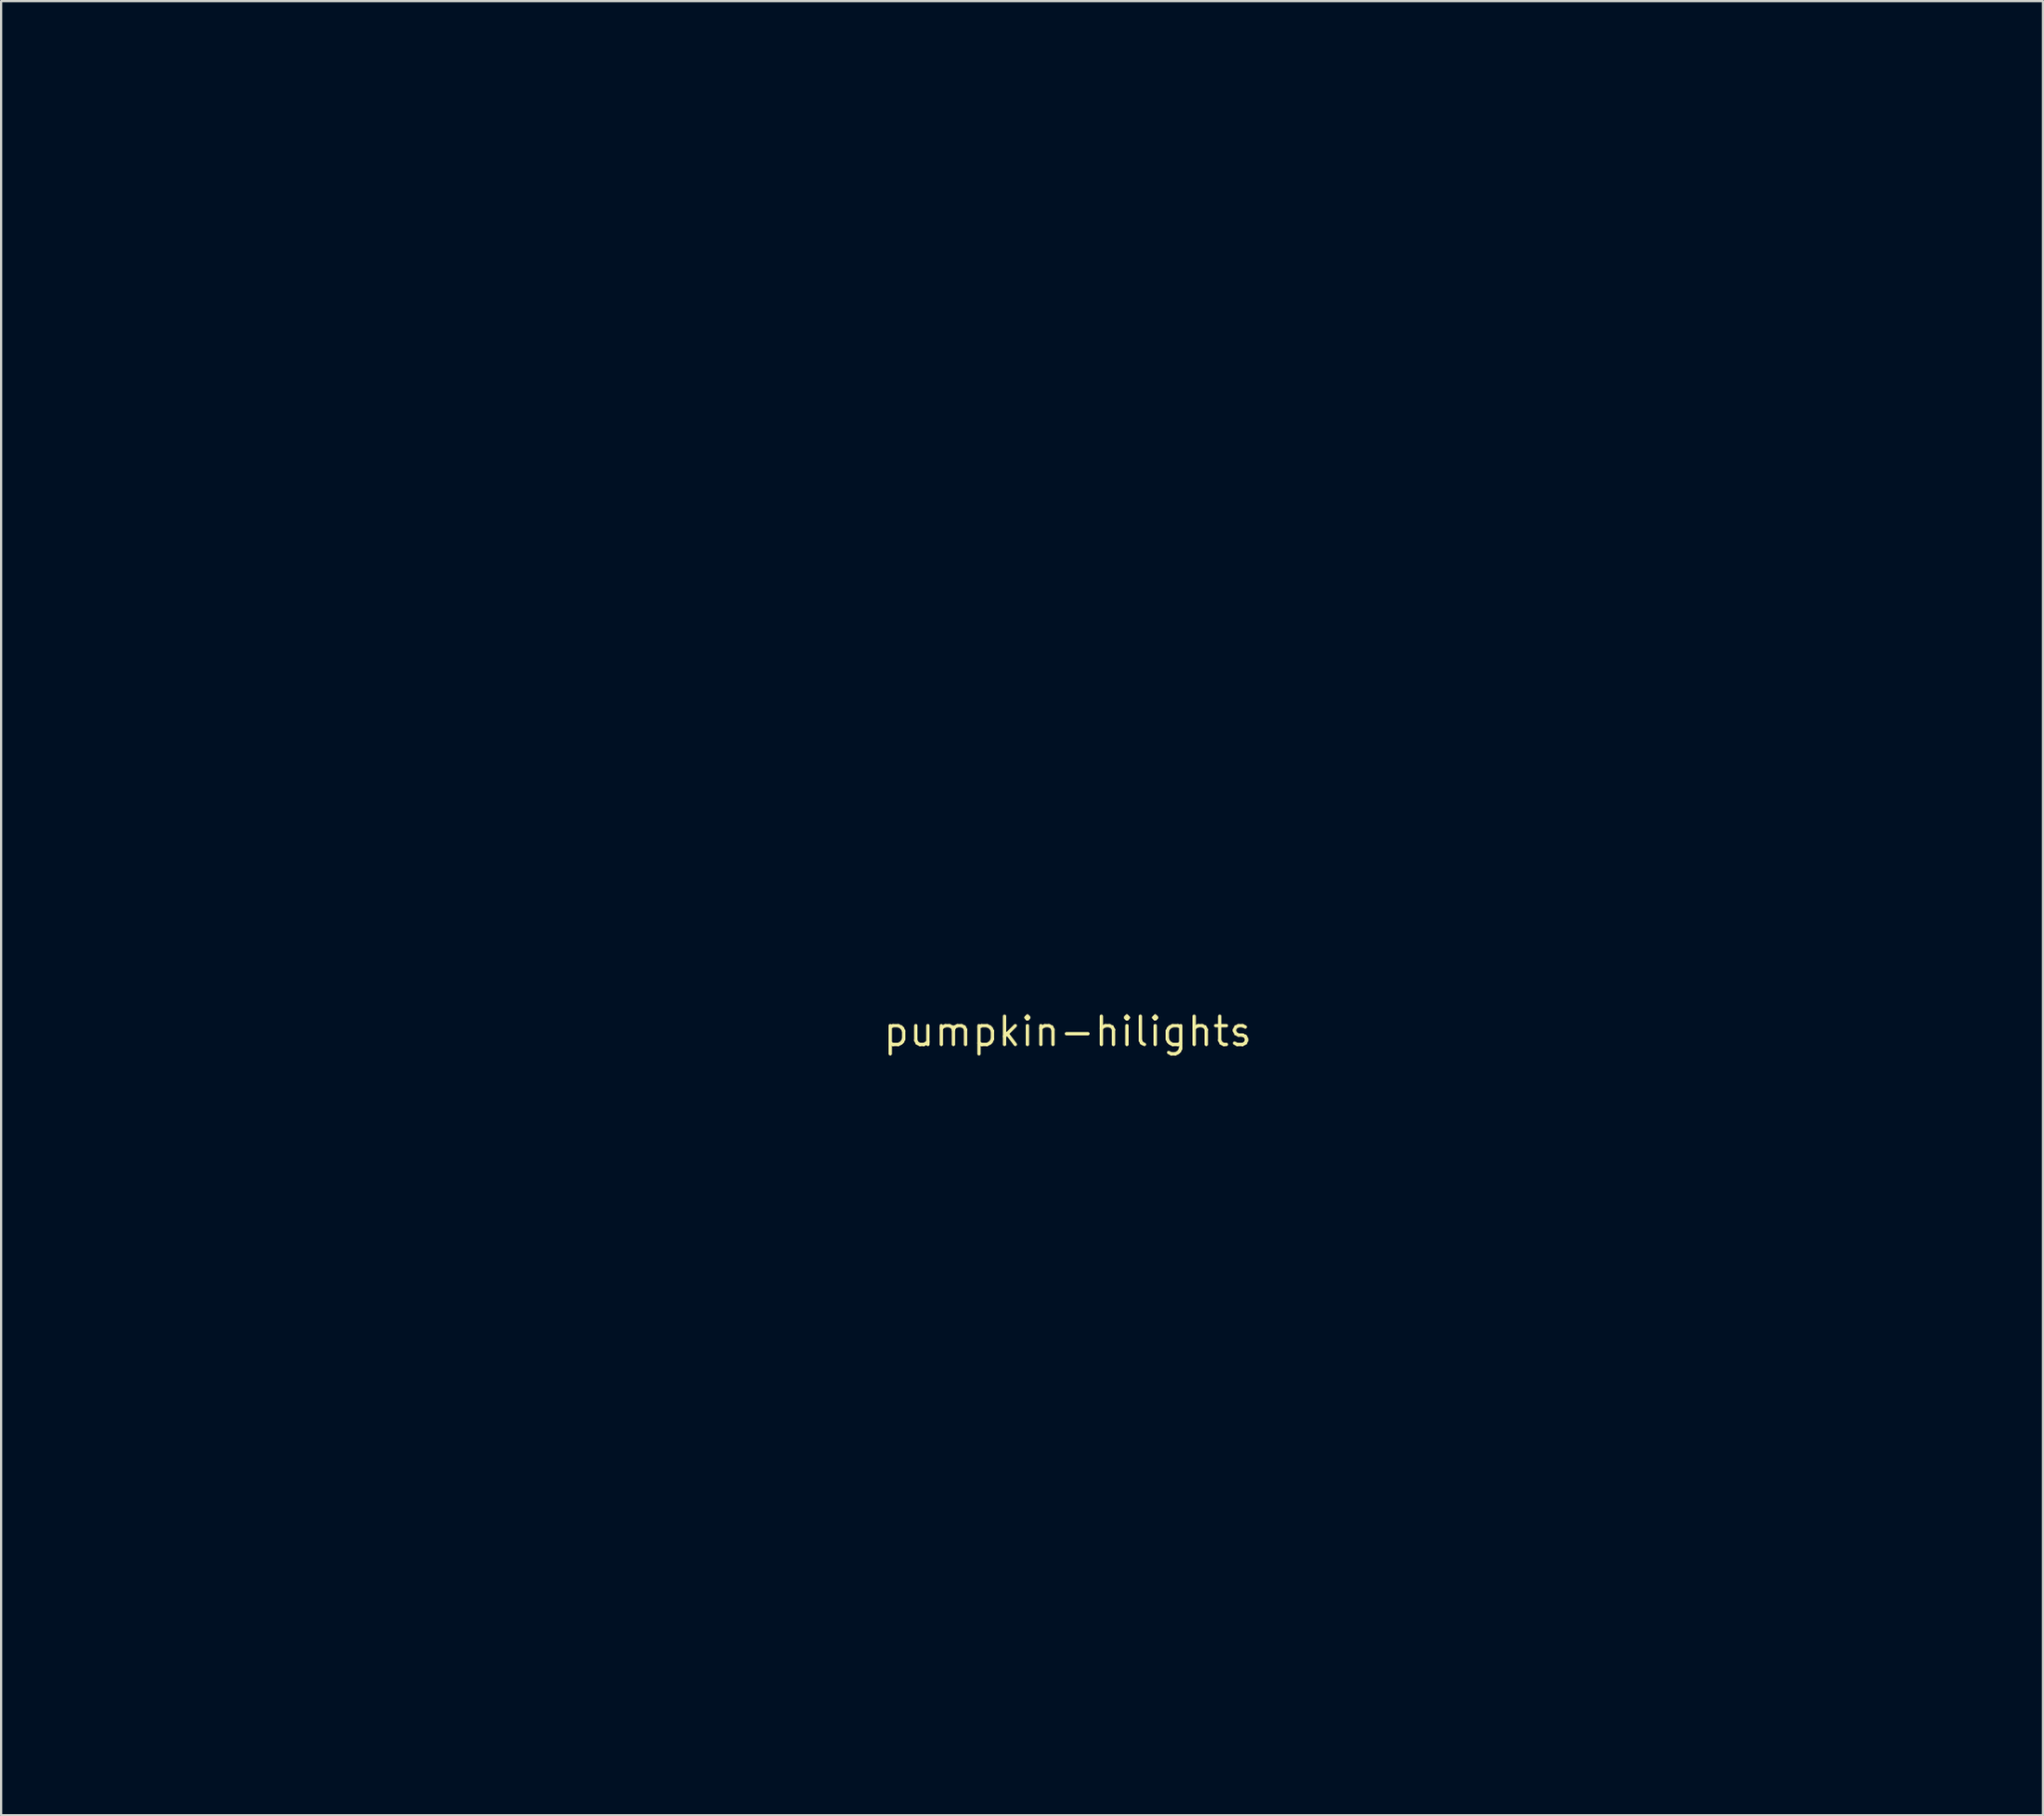
<source format=kicad_pcb>
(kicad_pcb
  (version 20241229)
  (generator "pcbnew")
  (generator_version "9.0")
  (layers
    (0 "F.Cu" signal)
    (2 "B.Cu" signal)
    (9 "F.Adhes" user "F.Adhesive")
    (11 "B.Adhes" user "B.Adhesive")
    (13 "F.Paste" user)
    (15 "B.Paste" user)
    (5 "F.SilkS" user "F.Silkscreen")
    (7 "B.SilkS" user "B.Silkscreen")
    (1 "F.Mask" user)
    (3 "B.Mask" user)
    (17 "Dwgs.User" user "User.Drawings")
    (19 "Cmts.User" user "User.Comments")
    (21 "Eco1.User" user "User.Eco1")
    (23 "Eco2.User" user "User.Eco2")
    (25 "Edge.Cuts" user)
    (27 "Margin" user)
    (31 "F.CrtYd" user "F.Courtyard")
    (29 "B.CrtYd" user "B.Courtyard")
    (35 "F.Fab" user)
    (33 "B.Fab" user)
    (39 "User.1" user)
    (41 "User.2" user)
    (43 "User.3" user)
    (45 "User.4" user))
  (footprint "pumpkin-hilights"
    (layer "F.Cu")
    (at 44.969 43.367)
    (property "Reference" "pumpkin-hilights" (at 0 0 0) (layer "F.SilkS") (effects (font (size 1.27 1.27) (thickness 0.15))))
    (attr through_hole)
    (fp_poly (pts (xy -5.715 -22.968) (xy -5.721 -22.962) (xy -5.728 -22.968) (xy -5.721 -22.974) (xy -5.715 -22.968)) (stroke (width 0.01) (type solid)) (fill yes) (layer "F.Mask"))
    (fp_poly (pts (xy -5.731 -22.944) (xy -5.733 -22.931) (xy -5.739 -22.896) (xy -5.749 -22.841) (xy -5.763 -22.768) (xy -5.78 -22.682) (xy -5.8 -22.583) (xy -5.821 -22.475) (xy -5.834 -22.414) (xy -6.201 -20.566) (xy -6.548 -18.704) (xy -6.874 -16.828) (xy -7.181 -14.939) (xy -7.467 -13.038) (xy -7.733 -11.126) (xy -7.978 -9.205) (xy -8.203 -7.275) (xy -8.406 -5.337) (xy -8.589 -3.392) (xy -8.751 -1.441) (xy -8.891 0.515) (xy -9.011 2.474) (xy -9.109 4.436) (xy -9.185 6.4) (xy -9.226 7.779) (xy -9.233 8.027) (xy -9.238 8.26) (xy -9.244 8.481) (xy -9.248 8.692) (xy -9.253 8.894) (xy -9.257 9.091) (xy -9.26 9.283) (xy -9.263 9.474) (xy -9.266 9.664) (xy -9.268 9.857) (xy -9.27 10.054) (xy -9.272 10.258) (xy -9.273 10.47) (xy -9.274 10.692) (xy -9.275 10.927) (xy -9.276 11.177) (xy -9.277 11.444) (xy -9.277 11.73) (xy -9.277 12.036) (xy -9.277 12.366) (xy -9.277 12.408) (xy -9.277 12.776) (xy -9.277 13.121) (xy -9.276 13.446) (xy -9.275 13.751) (xy -9.274 14.039) (xy -9.273 14.313) (xy -9.271 14.575) (xy -9.269 14.827) (xy -9.266 15.07) (xy -9.263 15.308) (xy -9.26 15.542) (xy -9.256 15.774) (xy -9.251 16.007) (xy -9.246 16.243) (xy -9.241 16.484) (xy -9.235 16.733) (xy -9.228 16.99) (xy -9.22 17.259) (xy -9.212 17.542) (xy -9.207 17.704) (xy -9.14 19.608) (xy -9.053 21.496) (xy -8.946 23.37) (xy -8.819 25.229) (xy -8.672 27.075) (xy -8.505 28.907) (xy -8.318 30.727) (xy -8.243 31.407) (xy -8.23 31.522) (xy -8.218 31.63) (xy -8.207 31.726) (xy -8.198 31.81) (xy -8.191 31.878) (xy -8.186 31.927) (xy -8.184 31.956) (xy -8.184 31.962) (xy -8.19 31.953) (xy -8.203 31.927) (xy -8.219 31.888) (xy -8.22 31.887) (xy -8.496 31.204) (xy -8.76 30.542) (xy -9.012 29.898) (xy -9.252 29.27) (xy -9.482 28.658) (xy -9.701 28.06) (xy -9.91 27.474) (xy -10.111 26.897) (xy -10.303 26.33) (xy -10.487 25.769) (xy -10.663 25.214) (xy -10.833 24.663) (xy -10.871 24.537) (xy -11.181 23.472) (xy -11.466 22.411) (xy -11.729 21.355) (xy -11.967 20.301) (xy -12.183 19.248) (xy -12.375 18.197) (xy -12.545 17.144) (xy -12.691 16.091) (xy -12.815 15.034) (xy -12.916 13.974) (xy -12.994 12.909) (xy -13.05 11.839) (xy -13.083 10.762) (xy -13.094 9.676) (xy -13.083 8.582) (xy -13.05 7.478) (xy -12.995 6.363) (xy -12.918 5.236) (xy -12.916 5.207) (xy -12.827 4.188) (xy -12.721 3.155) (xy -12.595 2.108) (xy -12.451 1.047) (xy -12.288 -0.028) (xy -12.107 -1.117) (xy -11.907 -2.22) (xy -11.688 -3.338) (xy -11.45 -4.471) (xy -11.193 -5.618) (xy -10.917 -6.78) (xy -10.623 -7.957) (xy -10.309 -9.149) (xy -9.977 -10.357) (xy -9.625 -11.579) (xy -9.255 -12.817) (xy -8.865 -14.071) (xy -8.456 -15.341) (xy -8.028 -16.626) (xy -7.581 -17.928) (xy -7.115 -19.245) (xy -6.629 -20.579) (xy -6.124 -21.929) (xy -6.109 -21.971) (xy -6.042 -22.147) (xy -5.984 -22.3) (xy -5.934 -22.432) (xy -5.891 -22.546) (xy -5.854 -22.641) (xy -5.824 -22.72) (xy -5.799 -22.785) (xy -5.779 -22.836) (xy -5.764 -22.875) (xy -5.752 -22.903) (xy -5.744 -22.923) (xy -5.738 -22.936) (xy -5.735 -22.942) (xy -5.732 -22.944) (xy -5.731 -22.944)) (stroke (width 0.01) (type solid)) (fill yes) (layer "F.Mask"))
    (fp_poly (pts (xy -24.413 -25.738) (xy -24.421 -25.73) (xy -24.448 -25.714) (xy -24.489 -25.69) (xy -24.533 -25.666) (xy -24.66 -25.596) (xy -24.806 -25.514) (xy -24.964 -25.423) (xy -25.132 -25.326) (xy -25.305 -25.223) (xy -25.479 -25.118) (xy -25.65 -25.014) (xy -25.815 -24.912) (xy -25.969 -24.815) (xy -25.984 -24.805) (xy -26.674 -24.351) (xy -27.35 -23.875) (xy -28.013 -23.378) (xy -28.662 -22.859) (xy -29.297 -22.319) (xy -29.919 -21.758) (xy -30.526 -21.177) (xy -31.12 -20.575) (xy -31.698 -19.952) (xy -32.262 -19.31) (xy -32.811 -18.647) (xy -33.346 -17.965) (xy -33.865 -17.263) (xy -34.368 -16.541) (xy -34.449 -16.421) (xy -34.924 -15.695) (xy -35.379 -14.96) (xy -35.815 -14.214) (xy -36.234 -13.455) (xy -36.636 -12.681) (xy -37.022 -11.89) (xy -37.393 -11.081) (xy -37.674 -10.433) (xy -38.042 -9.533) (xy -38.388 -8.621) (xy -38.712 -7.696) (xy -39.015 -6.761) (xy -39.295 -5.815) (xy -39.553 -4.86) (xy -39.789 -3.897) (xy -40.003 -2.927) (xy -40.193 -1.949) (xy -40.361 -0.967) (xy -40.507 0.021) (xy -40.629 1.012) (xy -40.727 2.007) (xy -40.803 3.003) (xy -40.855 4.001) (xy -40.883 4.999) (xy -40.887 5.997) (xy -40.868 6.993) (xy -40.824 7.987) (xy -40.824 7.988) (xy -40.762 8.9) (xy -40.68 9.804) (xy -40.579 10.698) (xy -40.457 11.582) (xy -40.317 12.455) (xy -40.157 13.318) (xy -39.978 14.17) (xy -39.779 15.01) (xy -39.562 15.838) (xy -39.327 16.653) (xy -39.073 17.454) (xy -38.8 18.242) (xy -38.509 19.016) (xy -38.201 19.775) (xy -37.874 20.519) (xy -37.53 21.248) (xy -37.169 21.96) (xy -36.79 22.656) (xy -36.393 23.335) (xy -35.98 23.996) (xy -35.55 24.639) (xy -35.104 25.263) (xy -34.705 25.787) (xy -34.624 25.89) (xy -34.534 26.001) (xy -34.438 26.119) (xy -34.339 26.24) (xy -34.24 26.359) (xy -34.144 26.475) (xy -34.053 26.581) (xy -33.971 26.677) (xy -33.901 26.757) (xy -33.879 26.781) (xy -33.863 26.801) (xy -33.86 26.81) (xy -33.86 26.81) (xy -33.872 26.803) (xy -33.901 26.783) (xy -33.945 26.753) (xy -34.001 26.715) (xy -34.065 26.67) (xy -34.094 26.65) (xy -34.687 26.217) (xy -35.266 25.763) (xy -35.831 25.289) (xy -36.382 24.793) (xy -36.918 24.278) (xy -37.439 23.743) (xy -37.945 23.188) (xy -38.435 22.613) (xy -38.91 22.02) (xy -39.37 21.407) (xy -39.813 20.776) (xy -40.24 20.126) (xy -40.651 19.458) (xy -41.046 18.772) (xy -41.424 18.068) (xy -41.784 17.348) (xy -42.128 16.61) (xy -42.167 16.523) (xy -42.502 15.738) (xy -42.816 14.94) (xy -43.11 14.128) (xy -43.382 13.304) (xy -43.634 12.469) (xy -43.863 11.623) (xy -44.072 10.767) (xy -44.259 9.902) (xy -44.424 9.028) (xy -44.567 8.146) (xy -44.689 7.258) (xy -44.788 6.364) (xy -44.866 5.464) (xy -44.921 4.559) (xy -44.954 3.651) (xy -44.964 2.74) (xy -44.952 1.826) (xy -44.917 0.911) (xy -44.86 -0.005) (xy -44.779 -0.921) (xy -44.735 -1.34) (xy -44.622 -2.245) (xy -44.486 -3.146) (xy -44.327 -4.04) (xy -44.146 -4.927) (xy -43.943 -5.806) (xy -43.719 -6.675) (xy -43.472 -7.535) (xy -43.205 -8.383) (xy -42.916 -9.219) (xy -42.606 -10.042) (xy -42.276 -10.85) (xy -42.24 -10.935) (xy -42.039 -11.392) (xy -41.825 -11.857) (xy -41.6 -12.325) (xy -41.368 -12.79) (xy -41.131 -13.245) (xy -40.892 -13.685) (xy -40.734 -13.967) (xy -40.324 -14.661) (xy -39.897 -15.337) (xy -39.454 -15.996) (xy -38.994 -16.637) (xy -38.518 -17.26) (xy -38.027 -17.864) (xy -37.519 -18.449) (xy -36.997 -19.014) (xy -36.461 -19.56) (xy -35.909 -20.086) (xy -35.344 -20.59) (xy -34.765 -21.074) (xy -34.173 -21.537) (xy -34.094 -21.596) (xy -33.482 -22.038) (xy -32.858 -22.457) (xy -32.222 -22.854) (xy -31.574 -23.228) (xy -30.914 -23.58) (xy -30.242 -23.91) (xy -29.559 -24.217) (xy -28.863 -24.502) (xy -28.156 -24.764) (xy -27.913 -24.848) (xy -27.214 -25.072) (xy -26.504 -25.276) (xy -25.787 -25.458) (xy -25.068 -25.618) (xy -24.62 -25.705) (xy -24.552 -25.717) (xy -24.492 -25.727) (xy -24.447 -25.734) (xy -24.419 -25.738) (xy -24.413 -25.738)) (stroke (width 0.01) (type solid)) (fill yes) (layer "F.Mask"))
    (fp_poly (pts (xy 15.01 -26.902) (xy 15.036 -26.891) (xy 15.081 -26.869) (xy 15.144 -26.838) (xy 15.223 -26.798) (xy 15.317 -26.75) (xy 15.424 -26.695) (xy 15.543 -26.633) (xy 15.672 -26.566) (xy 15.809 -26.493) (xy 15.954 -26.417) (xy 16.103 -26.338) (xy 16.257 -26.256) (xy 16.413 -26.173) (xy 16.57 -26.089) (xy 16.727 -26.005) (xy 16.881 -25.922) (xy 17.032 -25.841) (xy 17.113 -25.796) (xy 18.151 -25.223) (xy 19.167 -24.642) (xy 20.163 -24.053) (xy 21.137 -23.458) (xy 22.09 -22.856) (xy 23.02 -22.246) (xy 23.929 -21.631) (xy 24.816 -21.008) (xy 25.68 -20.38) (xy 26.521 -19.745) (xy 27.339 -19.105) (xy 28.134 -18.459) (xy 28.906 -17.808) (xy 29.654 -17.151) (xy 30.378 -16.489) (xy 31.078 -15.822) (xy 31.753 -15.15) (xy 32.404 -14.473) (xy 32.747 -14.103) (xy 33.362 -13.418) (xy 33.951 -12.73) (xy 34.516 -12.039) (xy 35.056 -11.343) (xy 35.572 -10.644) (xy 36.064 -9.939) (xy 36.533 -9.23) (xy 36.979 -8.515) (xy 37.385 -7.823) (xy 37.788 -7.092) (xy 38.166 -6.356) (xy 38.52 -5.616) (xy 38.848 -4.872) (xy 39.152 -4.124) (xy 39.431 -3.372) (xy 39.685 -2.616) (xy 39.915 -1.857) (xy 40.119 -1.095) (xy 40.298 -0.329) (xy 40.453 0.44) (xy 40.582 1.212) (xy 40.686 1.986) (xy 40.765 2.763) (xy 40.819 3.542) (xy 40.848 4.324) (xy 40.852 5.107) (xy 40.83 5.893) (xy 40.783 6.68) (xy 40.711 7.469) (xy 40.696 7.601) (xy 40.594 8.397) (xy 40.466 9.193) (xy 40.313 9.988) (xy 40.134 10.784) (xy 39.93 11.579) (xy 39.702 12.373) (xy 39.448 13.166) (xy 39.169 13.958) (xy 38.865 14.749) (xy 38.536 15.539) (xy 38.48 15.667) (xy 38.282 16.109) (xy 38.07 16.564) (xy 37.846 17.025) (xy 37.614 17.486) (xy 37.377 17.942) (xy 37.137 18.386) (xy 36.976 18.675) (xy 36.521 19.458) (xy 36.042 20.238) (xy 35.538 21.013) (xy 35.011 21.784) (xy 34.46 22.549) (xy 33.887 23.309) (xy 33.292 24.061) (xy 32.675 24.805) (xy 32.038 25.541) (xy 31.379 26.269) (xy 31.045 26.626) (xy 30.488 27.205) (xy 29.915 27.782) (xy 29.331 28.351) (xy 28.74 28.909) (xy 28.146 29.451) (xy 27.554 29.974) (xy 27.381 30.123) (xy 27.308 30.186) (xy 27.24 30.244) (xy 27.18 30.296) (xy 27.131 30.339) (xy 27.094 30.371) (xy 27.074 30.388) (xy 27.073 30.389) (xy 27.051 30.408) (xy 27.039 30.415) (xy 27.038 30.414) (xy 27.045 30.402) (xy 27.065 30.372) (xy 27.096 30.326) (xy 27.136 30.268) (xy 27.183 30.2) (xy 27.235 30.124) (xy 27.249 30.103) (xy 27.823 29.259) (xy 28.377 28.402) (xy 28.91 27.533) (xy 29.423 26.654) (xy 29.914 25.765) (xy 30.383 24.868) (xy 30.828 23.965) (xy 31.25 23.057) (xy 31.648 22.144) (xy 31.682 22.061) (xy 32.06 21.127) (xy 32.413 20.191) (xy 32.74 19.251) (xy 33.043 18.31) (xy 33.32 17.366) (xy 33.572 16.42) (xy 33.799 15.471) (xy 34 14.521) (xy 34.177 13.569) (xy 34.328 12.614) (xy 34.453 11.658) (xy 34.554 10.7) (xy 34.629 9.741) (xy 34.658 9.246) (xy 34.672 8.929) (xy 34.683 8.593) (xy 34.691 8.242) (xy 34.696 7.881) (xy 34.698 7.515) (xy 34.697 7.149) (xy 34.693 6.787) (xy 34.685 6.435) (xy 34.675 6.097) (xy 34.662 5.779) (xy 34.658 5.709) (xy 34.597 4.763) (xy 34.511 3.823) (xy 34.4 2.887) (xy 34.264 1.956) (xy 34.104 1.029) (xy 33.918 0.107) (xy 33.708 -0.811) (xy 33.473 -1.726) (xy 33.213 -2.636) (xy 32.928 -3.543) (xy 32.617 -4.447) (xy 32.282 -5.347) (xy 31.921 -6.244) (xy 31.536 -7.139) (xy 31.499 -7.22) (xy 31.313 -7.628) (xy 31.114 -8.049) (xy 30.906 -8.477) (xy 30.692 -8.905) (xy 30.475 -9.327) (xy 30.259 -9.736) (xy 30.109 -10.014) (xy 29.606 -10.905) (xy 29.08 -11.789) (xy 28.529 -12.667) (xy 27.953 -13.538) (xy 27.353 -14.402) (xy 26.729 -15.26) (xy 26.08 -16.111) (xy 25.407 -16.955) (xy 24.709 -17.793) (xy 23.987 -18.625) (xy 23.241 -19.449) (xy 22.47 -20.267) (xy 21.674 -21.079) (xy 20.854 -21.884) (xy 20.009 -22.683) (xy 19.742 -22.93) (xy 19.179 -23.44) (xy 18.599 -23.954) (xy 18.007 -24.467) (xy 17.407 -24.975) (xy 16.803 -25.476) (xy 16.2 -25.964) (xy 15.603 -26.437) (xy 15.246 -26.714) (xy 15.18 -26.765) (xy 15.12 -26.811) (xy 15.07 -26.851) (xy 15.032 -26.881) (xy 15.009 -26.899) (xy 15.005 -26.902) (xy 15.01 -26.902)) (stroke (width 0.01) (type solid)) (fill yes) (layer "F.Mask"))
    (fp_poly (pts (xy -11.937 -26.175) (xy -11.943 -26.168) (xy -11.956 -26.157) (xy -11.969 -26.146) (xy -11.991 -26.128) (xy -12.03 -26.097) (xy -12.083 -26.054) (xy -12.148 -26.001) (xy -12.222 -25.941) (xy -12.302 -25.876) (xy -12.363 -25.826) (xy -13.17 -25.159) (xy -13.958 -24.484) (xy -14.725 -23.802) (xy -15.47 -23.113) (xy -16.193 -22.418) (xy -16.894 -21.718) (xy -17.571 -21.014) (xy -18.223 -20.305) (xy -18.505 -19.99) (xy -19.166 -19.225) (xy -19.802 -18.453) (xy -20.414 -17.674) (xy -21.002 -16.887) (xy -21.566 -16.092) (xy -22.105 -15.29) (xy -22.62 -14.48) (xy -23.111 -13.663) (xy -23.578 -12.838) (xy -24.021 -12.005) (xy -24.44 -11.164) (xy -24.835 -10.315) (xy -25.206 -9.458) (xy -25.553 -8.593) (xy -25.875 -7.72) (xy -26.174 -6.839) (xy -26.449 -5.95) (xy -26.7 -5.053) (xy -26.927 -4.147) (xy -27.13 -3.233) (xy -27.31 -2.311) (xy -27.465 -1.381) (xy -27.52 -1.01) (xy -27.588 -0.516) (xy -27.648 -0.03) (xy -27.701 0.453) (xy -27.749 0.938) (xy -27.789 1.428) (xy -27.825 1.929) (xy -27.854 2.443) (xy -27.879 2.976) (xy -27.891 3.277) (xy -27.897 3.484) (xy -27.902 3.713) (xy -27.905 3.96) (xy -27.907 4.222) (xy -27.907 4.495) (xy -27.906 4.775) (xy -27.903 5.059) (xy -27.899 5.343) (xy -27.894 5.623) (xy -27.888 5.897) (xy -27.88 6.159) (xy -27.871 6.408) (xy -27.863 6.591) (xy -27.821 7.366) (xy -27.766 8.147) (xy -27.698 8.934) (xy -27.617 9.728) (xy -27.522 10.531) (xy -27.414 11.342) (xy -27.293 12.162) (xy -27.158 12.993) (xy -27.009 13.834) (xy -26.846 14.687) (xy -26.669 15.553) (xy -26.477 16.431) (xy -26.272 17.324) (xy -26.051 18.23) (xy -25.816 19.152) (xy -25.566 20.09) (xy -25.301 21.045) (xy -25.021 22.017) (xy -24.725 23.007) (xy -24.414 24.017) (xy -24.249 24.543) (xy -24.12 24.946) (xy -23.988 25.355) (xy -23.853 25.772) (xy -23.713 26.197) (xy -23.569 26.632) (xy -23.42 27.078) (xy -23.266 27.537) (xy -23.105 28.011) (xy -22.938 28.5) (xy -22.764 29.006) (xy -22.583 29.531) (xy -22.394 30.075) (xy -22.197 30.641) (xy -22.036 31.102) (xy -21.993 31.224) (xy -21.953 31.34) (xy -21.916 31.446) (xy -21.883 31.54) (xy -21.856 31.62) (xy -21.835 31.684) (xy -21.819 31.73) (xy -21.812 31.755) (xy -21.811 31.759) (xy -21.82 31.754) (xy -21.833 31.739) (xy -21.846 31.723) (xy -21.874 31.691) (xy -21.914 31.646) (xy -21.963 31.592) (xy -22.018 31.532) (xy -22.047 31.5) (xy -22.461 31.043) (xy -22.88 30.566) (xy -23.302 30.074) (xy -23.723 29.569) (xy -24.141 29.057) (xy -24.552 28.54) (xy -24.953 28.023) (xy -25.34 27.51) (xy -25.459 27.349) (xy -26.122 26.43) (xy -26.762 25.502) (xy -27.38 24.565) (xy -27.973 23.619) (xy -28.544 22.666) (xy -29.091 21.705) (xy -29.614 20.737) (xy -30.112 19.762) (xy -30.587 18.78) (xy -31.037 17.792) (xy -31.178 17.469) (xy -31.559 16.562) (xy -31.917 15.654) (xy -32.252 14.745) (xy -32.564 13.836) (xy -32.853 12.927) (xy -33.118 12.02) (xy -33.36 11.113) (xy -33.578 10.21) (xy -33.772 9.309) (xy -33.942 8.412) (xy -34.088 7.519) (xy -34.209 6.631) (xy -34.251 6.274) (xy -34.338 5.396) (xy -34.401 4.523) (xy -34.439 3.657) (xy -34.454 2.798) (xy -34.444 1.945) (xy -34.41 1.099) (xy -34.352 0.26) (xy -34.27 -0.572) (xy -34.164 -1.397) (xy -34.034 -2.214) (xy -33.88 -3.023) (xy -33.702 -3.825) (xy -33.501 -4.618) (xy -33.275 -5.404) (xy -33.025 -6.181) (xy -32.752 -6.949) (xy -32.663 -7.183) (xy -32.359 -7.939) (xy -32.032 -8.686) (xy -31.68 -9.423) (xy -31.305 -10.152) (xy -30.907 -10.871) (xy -30.485 -11.58) (xy -30.04 -12.28) (xy -29.572 -12.97) (xy -29.081 -13.65) (xy -28.566 -14.319) (xy -28.029 -14.979) (xy -27.469 -15.628) (xy -27.408 -15.697) (xy -27.117 -16.017) (xy -26.807 -16.347) (xy -26.484 -16.683) (xy -26.151 -17.02) (xy -25.812 -17.354) (xy -25.47 -17.682) (xy -25.131 -17.999) (xy -24.917 -18.194) (xy -24.272 -18.762) (xy -23.603 -19.323) (xy -22.912 -19.875) (xy -22.198 -20.419) (xy -21.462 -20.953) (xy -20.706 -21.477) (xy -19.929 -21.991) (xy -19.134 -22.494) (xy -18.319 -22.985) (xy -18.224 -23.041) (xy -17.513 -23.449) (xy -16.779 -23.855) (xy -16.027 -24.254) (xy -15.258 -24.647) (xy -14.477 -25.032) (xy -13.687 -25.406) (xy -12.89 -25.768) (xy -12.268 -26.041) (xy -12.167 -26.085) (xy -12.087 -26.119) (xy -12.027 -26.145) (xy -11.983 -26.163) (xy -11.955 -26.173) (xy -11.941 -26.177) (xy -11.937 -26.175)) (stroke (width 0.01) (type solid)) (fill yes) (layer "F.Mask"))
    (fp_poly (pts (xy 5.975 -42.152) (xy 6.269 -42.054) (xy 6.557 -41.958) (xy 6.838 -41.864) (xy 7.111 -41.773) (xy 7.375 -41.685) (xy 7.629 -41.6) (xy 7.872 -41.519) (xy 8.104 -41.442) (xy 8.322 -41.368) (xy 8.527 -41.3) (xy 8.717 -41.236) (xy 8.892 -41.178) (xy 9.05 -41.125) (xy 9.191 -41.077) (xy 9.313 -41.036) (xy 9.416 -41.002) (xy 9.499 -40.973) (xy 9.561 -40.952) (xy 9.6 -40.939) (xy 9.617 -40.933) (xy 9.618 -40.933) (xy 9.612 -40.923) (xy 9.588 -40.902) (xy 9.55 -40.874) (xy 9.503 -40.842) (xy 9.043 -40.532) (xy 8.603 -40.218) (xy 8.183 -39.9) (xy 7.784 -39.58) (xy 7.406 -39.257) (xy 7.052 -38.932) (xy 6.72 -38.606) (xy 6.412 -38.28) (xy 6.129 -37.954) (xy 6.088 -37.903) (xy 5.797 -37.528) (xy 5.529 -37.141) (xy 5.284 -36.743) (xy 5.061 -36.333) (xy 4.861 -35.913) (xy 4.684 -35.481) (xy 4.567 -35.154) (xy 4.461 -34.812) (xy 4.367 -34.464) (xy 4.286 -34.107) (xy 4.217 -33.738) (xy 4.159 -33.353) (xy 4.112 -32.951) (xy 4.075 -32.528) (xy 4.074 -32.518) (xy 4.07 -32.445) (xy 4.066 -32.349) (xy 4.064 -32.234) (xy 4.061 -32.105) (xy 4.059 -31.963) (xy 4.058 -31.812) (xy 4.058 -31.656) (xy 4.058 -31.498) (xy 4.058 -31.342) (xy 4.059 -31.19) (xy 4.061 -31.046) (xy 4.064 -30.914) (xy 4.067 -30.796) (xy 4.07 -30.696) (xy 4.074 -30.62) (xy 4.107 -30.179) (xy 4.147 -29.741) (xy 4.194 -29.304) (xy 4.249 -28.864) (xy 4.312 -28.418) (xy 4.384 -27.964) (xy 4.464 -27.499) (xy 4.555 -27.019) (xy 4.655 -26.523) (xy 4.766 -26.006) (xy 4.77 -25.984) (xy 4.804 -25.834) (xy 4.842 -25.669) (xy 4.883 -25.491) (xy 4.927 -25.304) (xy 4.973 -25.111) (xy 5.02 -24.916) (xy 5.067 -24.722) (xy 5.114 -24.532) (xy 5.159 -24.351) (xy 5.202 -24.18) (xy 5.242 -24.023) (xy 5.278 -23.885) (xy 5.309 -23.768) (xy 5.311 -23.762) (xy 5.334 -23.718) (xy 5.38 -23.675) (xy 5.382 -23.673) (xy 5.95 -23.238) (xy 6.525 -22.785) (xy 7.104 -22.317) (xy 7.682 -21.838) (xy 8.253 -21.351) (xy 8.815 -20.86) (xy 9.363 -20.368) (xy 9.506 -20.237) (xy 9.847 -19.921) (xy 10.199 -19.589) (xy 10.557 -19.244) (xy 10.919 -18.89) (xy 11.28 -18.531) (xy 11.637 -18.171) (xy 11.987 -17.812) (xy 12.324 -17.459) (xy 12.647 -17.116) (xy 12.809 -16.941) (xy 13.566 -16.1) (xy 14.303 -15.246) (xy 15.02 -14.378) (xy 15.716 -13.497) (xy 16.391 -12.605) (xy 17.045 -11.7) (xy 17.677 -10.784) (xy 18.288 -9.858) (xy 18.876 -8.921) (xy 19.442 -7.974) (xy 19.984 -7.018) (xy 20.504 -6.053) (xy 21 -5.08) (xy 21.473 -4.098) (xy 21.921 -3.109) (xy 21.964 -3.01) (xy 22.361 -2.073) (xy 22.736 -1.13) (xy 23.088 -0.184) (xy 23.418 0.766) (xy 23.725 1.718) (xy 24.008 2.672) (xy 24.267 3.625) (xy 24.502 4.578) (xy 24.713 5.528) (xy 24.9 6.476) (xy 24.917 6.572) (xy 25.072 7.49) (xy 25.204 8.403) (xy 25.312 9.31) (xy 25.398 10.212) (xy 25.459 11.108) (xy 25.498 11.996) (xy 25.513 12.877) (xy 25.504 13.749) (xy 25.472 14.613) (xy 25.456 14.897) (xy 25.399 15.677) (xy 25.322 16.447) (xy 25.225 17.206) (xy 25.108 17.952) (xy 24.972 18.686) (xy 24.817 19.408) (xy 24.643 20.116) (xy 24.449 20.81) (xy 24.237 21.489) (xy 24.006 22.154) (xy 23.756 22.802) (xy 23.488 23.435) (xy 23.202 24.051) (xy 22.898 24.65) (xy 22.765 24.895) (xy 22.441 25.46) (xy 22.101 26.005) (xy 21.744 26.532) (xy 21.369 27.042) (xy 20.977 27.535) (xy 20.565 28.013) (xy 20.528 28.054) (xy 20.446 28.144) (xy 20.349 28.247) (xy 20.24 28.359) (xy 20.124 28.478) (xy 20.004 28.599) (xy 19.884 28.718) (xy 19.766 28.833) (xy 19.656 28.939) (xy 19.557 29.032) (xy 19.488 29.095) (xy 19.027 29.493) (xy 18.555 29.869) (xy 18.07 30.222) (xy 17.573 30.553) (xy 17.064 30.862) (xy 16.542 31.149) (xy 16.007 31.415) (xy 15.459 31.658) (xy 14.897 31.881) (xy 14.484 32.027) (xy 14.382 32.061) (xy 14.269 32.098) (xy 14.154 32.135) (xy 14.041 32.169) (xy 13.937 32.201) (xy 13.85 32.226) (xy 13.828 32.232) (xy 13.74 32.257) (xy 13.783 32.197) (xy 14.241 31.544) (xy 14.676 30.894) (xy 15.089 30.245) (xy 15.482 29.594) (xy 15.856 28.939) (xy 16.212 28.278) (xy 16.552 27.607) (xy 16.827 27.032) (xy 17.194 26.217) (xy 17.537 25.392) (xy 17.858 24.555) (xy 18.156 23.708) (xy 18.431 22.851) (xy 18.683 21.984) (xy 18.912 21.107) (xy 19.117 20.222) (xy 19.299 19.327) (xy 19.458 18.425) (xy 19.593 17.514) (xy 19.705 16.595) (xy 19.793 15.669) (xy 19.856 14.751) (xy 19.865 14.588) (xy 19.873 14.44) (xy 19.88 14.304) (xy 19.886 14.175) (xy 19.89 14.051) (xy 19.895 13.927) (xy 19.898 13.801) (xy 19.901 13.668) (xy 19.903 13.525) (xy 19.906 13.368) (xy 19.907 13.193) (xy 19.909 12.998) (xy 19.91 12.948) (xy 19.912 12.512) (xy 19.91 12.097) (xy 19.904 11.697) (xy 19.894 11.306) (xy 19.88 10.919) (xy 19.861 10.532) (xy 19.838 10.138) (xy 19.81 9.734) (xy 19.779 9.347) (xy 19.687 8.367) (xy 19.569 7.38) (xy 19.428 6.389) (xy 19.263 5.393) (xy 19.073 4.393) (xy 18.86 3.391) (xy 18.623 2.387) (xy 18.363 1.382) (xy 18.079 0.376) (xy 17.988 0.07) (xy 17.657 -0.989) (xy 17.301 -2.047) (xy 16.92 -3.104) (xy 16.514 -4.16) (xy 16.083 -5.214) (xy 15.627 -6.266) (xy 15.147 -7.317) (xy 14.643 -8.365) (xy 14.115 -9.41) (xy 13.564 -10.452) (xy 12.988 -11.491) (xy 12.389 -12.526) (xy 11.766 -13.557) (xy 11.121 -14.584) (xy 10.452 -15.606) (xy 9.761 -16.623) (xy 9.047 -17.635) (xy 8.31 -18.642) (xy 7.551 -19.642) (xy 6.77 -20.636) (xy 6.282 -21.241) (xy 6.203 -21.337) (xy 6.117 -21.442) (xy 6.025 -21.554) (xy 5.929 -21.669) (xy 5.832 -21.786) (xy 5.736 -21.902) (xy 5.643 -22.015) (xy 5.554 -22.121) (xy 5.472 -22.219) (xy 5.399 -22.306) (xy 5.337 -22.379) (xy 5.288 -22.436) (xy 5.272 -22.456) (xy 5.259 -22.458) (xy 5.221 -22.465) (xy 5.161 -22.475) (xy 5.078 -22.488) (xy 4.973 -22.505) (xy 4.848 -22.525) (xy 4.703 -22.548) (xy 4.539 -22.574) (xy 4.356 -22.603) (xy 4.157 -22.635) (xy 3.941 -22.669) (xy 3.71 -22.705) (xy 3.464 -22.744) (xy 3.204 -22.785) (xy 2.932 -22.828) (xy 2.648 -22.872) (xy 2.352 -22.919) (xy 2.046 -22.967) (xy 1.731 -23.016) (xy 1.408 -23.067) (xy 1.076 -23.118) (xy 0.738 -23.171) (xy 0.616 -23.19) (xy 0.276 -23.243) (xy -0.058 -23.296) (xy -0.384 -23.347) (xy -0.702 -23.396) (xy -1.011 -23.445) (xy -1.31 -23.491) (xy -1.599 -23.537) (xy -1.875 -23.58) (xy -2.139 -23.621) (xy -2.39 -23.66) (xy -2.626 -23.697) (xy -2.848 -23.732) (xy -3.053 -23.764) (xy -3.241 -23.794) (xy -3.411 -23.82) (xy -3.563 -23.844) (xy -3.695 -23.865) (xy -3.807 -23.883) (xy -3.898 -23.897) (xy -3.966 -23.908) (xy -4.011 -23.915) (xy -4.033 -23.918) (xy -4.035 -23.919) (xy -4.033 -23.931) (xy -4.028 -23.966) (xy -4.021 -24.019) (xy -4.01 -24.088) (xy -3.998 -24.169) (xy -3.984 -24.26) (xy -3.98 -24.283) (xy -3.951 -24.476) (xy -3.921 -24.672) (xy -3.892 -24.872) (xy -3.863 -25.077) (xy -3.834 -25.289) (xy -3.805 -25.509) (xy -3.775 -25.739) (xy -3.745 -25.981) (xy -3.713 -26.235) (xy -3.681 -26.503) (xy -3.647 -26.788) (xy -3.612 -27.089) (xy -3.576 -27.41) (xy -3.538 -27.751) (xy -3.497 -28.113) (xy -3.455 -28.499) (xy -3.442 -28.619) (xy -3.399 -29.005) (xy -3.36 -29.367) (xy -3.322 -29.706) (xy -3.286 -30.025) (xy -3.252 -30.324) (xy -3.22 -30.604) (xy -3.189 -30.869) (xy -3.159 -31.118) (xy -3.131 -31.353) (xy -3.103 -31.577) (xy -3.076 -31.789) (xy -3.05 -31.992) (xy -3.023 -32.188) (xy -2.998 -32.376) (xy -2.972 -32.56) (xy -2.946 -32.741) (xy -2.919 -32.919) (xy -2.892 -33.096) (xy -2.865 -33.275) (xy -2.857 -33.325) (xy -2.754 -33.946) (xy -2.644 -34.544) (xy -2.529 -35.119) (xy -2.407 -35.67) (xy -2.277 -36.2) (xy -2.141 -36.709) (xy -1.998 -37.198) (xy -1.846 -37.666) (xy -1.687 -38.116) (xy -1.52 -38.547) (xy -1.345 -38.961) (xy -1.161 -39.358) (xy -0.968 -39.739) (xy -0.766 -40.104) (xy -0.555 -40.455) (xy -0.394 -40.702) (xy -0.189 -40.999) (xy 0.017 -41.275) (xy 0.23 -41.538) (xy 0.454 -41.793) (xy 0.693 -42.045) (xy 0.761 -42.113) (xy 1.088 -42.424) (xy 1.424 -42.713) (xy 1.768 -42.978) (xy 2.119 -43.22) (xy 2.185 -43.262) (xy 2.342 -43.362) (xy 5.975 -42.152)) (stroke (width 0.01) (type solid)) (fill yes) (layer "F.Mask")))
  (gr_rect
    (start -3 -3)
    (end 88.826 78.629)
    (stroke (width 0.1) (type default))
    (fill no)
    (layer "Edge.Cuts")))
</source>
